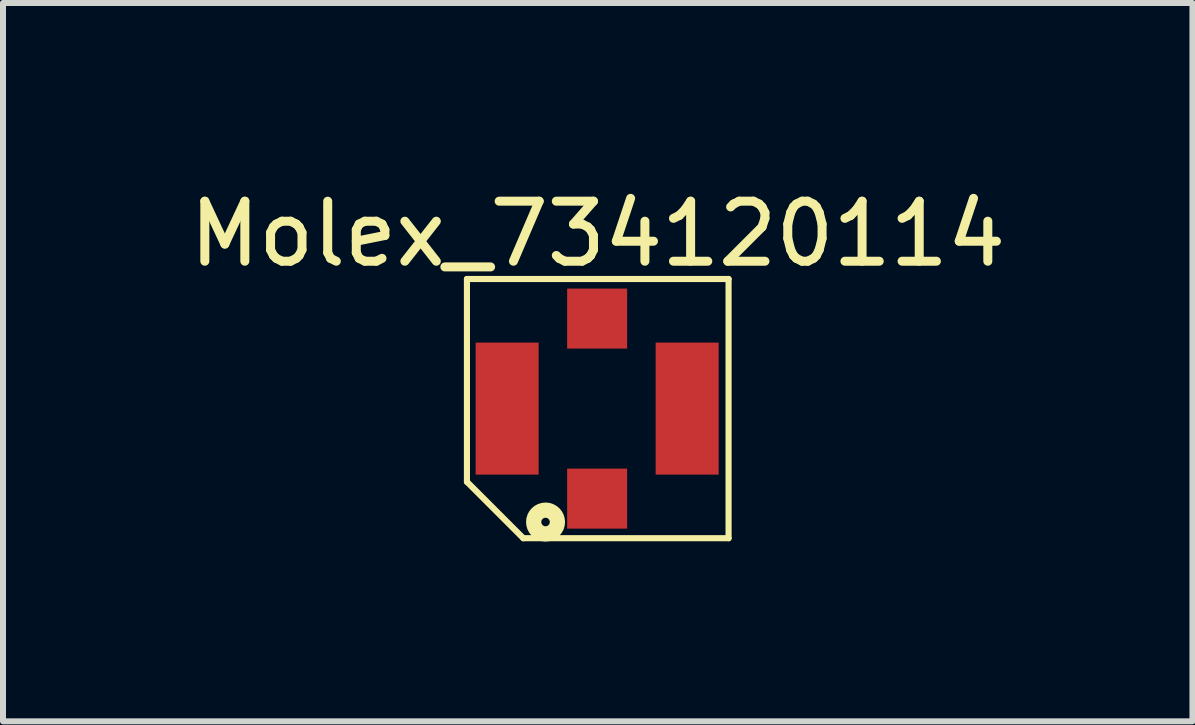
<source format=kicad_pcb>
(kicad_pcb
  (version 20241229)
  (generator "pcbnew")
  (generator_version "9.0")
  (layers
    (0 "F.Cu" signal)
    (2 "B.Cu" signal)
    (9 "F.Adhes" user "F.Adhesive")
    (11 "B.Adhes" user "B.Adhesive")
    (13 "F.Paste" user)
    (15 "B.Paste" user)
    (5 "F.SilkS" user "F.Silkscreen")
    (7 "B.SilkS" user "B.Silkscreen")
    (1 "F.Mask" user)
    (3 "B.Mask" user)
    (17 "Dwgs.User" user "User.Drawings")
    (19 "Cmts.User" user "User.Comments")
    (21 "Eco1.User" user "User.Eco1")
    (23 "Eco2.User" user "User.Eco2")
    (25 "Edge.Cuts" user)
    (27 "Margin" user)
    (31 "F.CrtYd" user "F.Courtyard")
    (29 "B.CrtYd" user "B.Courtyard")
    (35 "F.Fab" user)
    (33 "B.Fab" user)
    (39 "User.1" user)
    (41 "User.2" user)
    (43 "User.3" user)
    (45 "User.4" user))
  (footprint "Molex_734120114"
    (layer "F.Cu")
    (at 6.901 3.759)
    (property "Reference" "Molex_734120114" (at 0.01 -2.911 0) (layer "F.SilkS") (effects (font (size 1 1) (thickness 0.15))))
    (fp_line (start -2.17 -2.16) (end 2.19 -2.16) (stroke (width 0.102) (type solid)) (layer "F.SilkS"))
    (fp_line (start -2.17 1.22) (end -2.17 -2.16) (stroke (width 0.102) (type solid)) (layer "F.SilkS"))
    (fp_line (start -2.17 1.22) (end -1.23 2.16) (stroke (width 0.102) (type solid)) (layer "F.SilkS"))
    (fp_line (start -1.23 2.16) (end 2.19 2.16) (stroke (width 0.102) (type solid)) (layer "F.SilkS"))
    (fp_line (start 2.19 2.16) (end 2.19 -2.16) (stroke (width 0.102) (type solid)) (layer "F.SilkS"))
    (fp_circle (center -0.86 1.89) (end -0.86 1.819) (stroke (width 0.254) (type solid)) (fill no) (layer "F.SilkS"))
    (pad "1" smd rect (at 0 1.5 180) (size 1 1) (layers "F.Cu" "F.Mask" "F.Paste"))
    (pad "2" smd rect (at -1.5 0 180) (size 1.05 2.2) (layers "F.Cu" "F.Mask" "F.Paste"))
    (pad "2" smd rect (at 0 -1.5 180) (size 1 1) (layers "F.Cu" "F.Mask" "F.Paste"))
    (pad "2" smd rect (at 1.5 0 180) (size 1.05 2.2) (layers "F.Cu" "F.Mask" "F.Paste")))
  (gr_rect
    (start -3 -3)
    (end 16.821 8.97)
    (stroke (width 0.1) (type default))
    (fill no)
    (layer "Edge.Cuts")))
</source>
